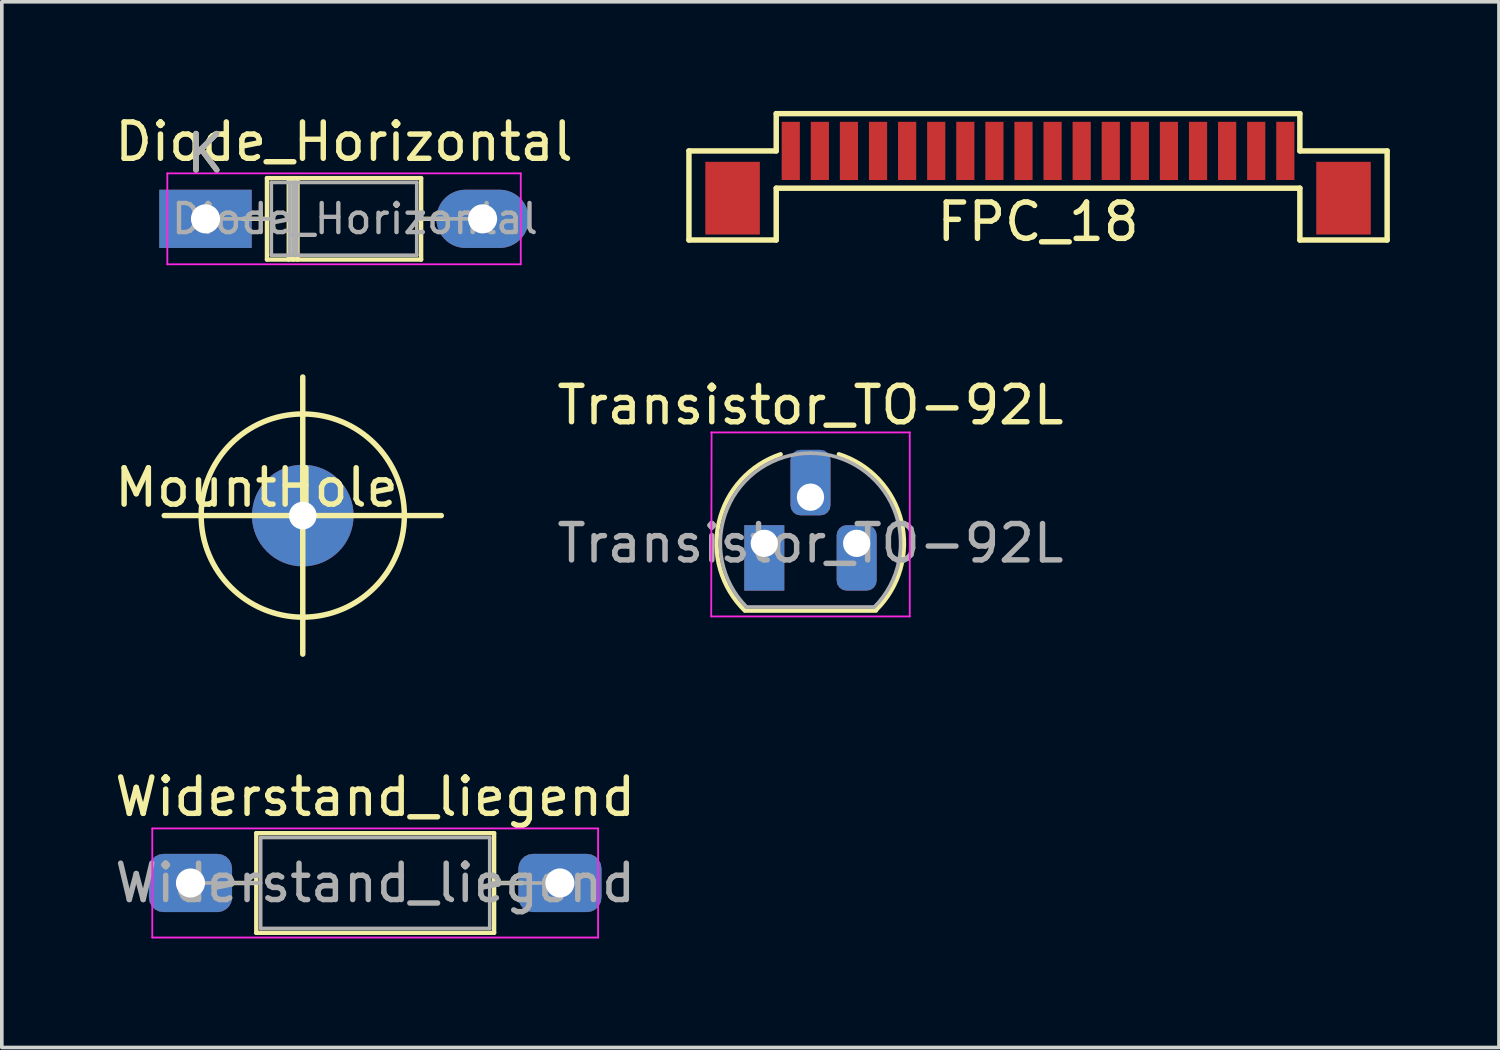
<source format=kicad_pcb>
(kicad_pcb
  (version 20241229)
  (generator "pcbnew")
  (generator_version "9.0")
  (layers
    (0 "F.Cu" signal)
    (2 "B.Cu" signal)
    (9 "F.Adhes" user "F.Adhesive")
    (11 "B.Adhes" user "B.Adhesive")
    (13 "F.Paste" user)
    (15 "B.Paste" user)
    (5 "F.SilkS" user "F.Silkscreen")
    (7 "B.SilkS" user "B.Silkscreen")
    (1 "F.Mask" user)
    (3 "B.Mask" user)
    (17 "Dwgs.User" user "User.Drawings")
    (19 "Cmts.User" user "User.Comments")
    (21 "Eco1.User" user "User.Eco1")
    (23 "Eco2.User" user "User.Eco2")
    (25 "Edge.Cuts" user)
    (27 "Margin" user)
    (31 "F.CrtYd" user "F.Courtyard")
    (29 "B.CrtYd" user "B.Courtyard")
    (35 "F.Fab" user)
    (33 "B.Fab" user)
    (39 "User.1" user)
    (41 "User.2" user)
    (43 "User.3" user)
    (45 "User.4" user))
  (footprint "Diode_Horizontal"
    (layer "F.Cu")
    (at 2.601 2.968)
    (property "Reference" "Diode_Horizontal" (at 3.81 -2.12 0) (layer "F.SilkS") (effects (font (size 1 1) (thickness 0.15))))
    (attr through_hole)
    (fp_line (start 1.04 0) (end 1.69 0) (stroke (width 0.12) (type solid)) (layer "F.SilkS"))
    (fp_line (start 1.69 -1.12) (end 1.69 1.12) (stroke (width 0.12) (type solid)) (layer "F.SilkS"))
    (fp_line (start 1.69 1.12) (end 5.93 1.12) (stroke (width 0.12) (type solid)) (layer "F.SilkS"))
    (fp_line (start 2.29 -1.12) (end 2.29 1.12) (stroke (width 0.12) (type solid)) (layer "F.SilkS"))
    (fp_line (start 2.41 -1.12) (end 2.41 1.12) (stroke (width 0.12) (type solid)) (layer "F.SilkS"))
    (fp_line (start 2.53 -1.12) (end 2.53 1.12) (stroke (width 0.12) (type solid)) (layer "F.SilkS"))
    (fp_line (start 5.93 -1.12) (end 1.69 -1.12) (stroke (width 0.12) (type solid)) (layer "F.SilkS"))
    (fp_line (start 5.93 1.12) (end 5.93 -1.12) (stroke (width 0.12) (type solid)) (layer "F.SilkS"))
    (fp_line (start 6.58 0) (end 5.93 0) (stroke (width 0.12) (type solid)) (layer "F.SilkS"))
    (fp_line (start -1.05 -1.25) (end -1.05 1.25) (stroke (width 0.05) (type solid)) (layer "F.CrtYd"))
    (fp_line (start -1.05 1.25) (end 8.67 1.25) (stroke (width 0.05) (type solid)) (layer "F.CrtYd"))
    (fp_line (start 8.67 -1.25) (end -1.05 -1.25) (stroke (width 0.05) (type solid)) (layer "F.CrtYd"))
    (fp_line (start 8.67 1.25) (end 8.67 -1.25) (stroke (width 0.05) (type solid)) (layer "F.CrtYd"))
    (fp_line (start 0 0) (end 1.81 0) (stroke (width 0.1) (type solid)) (layer "F.Fab"))
    (fp_line (start 1.81 -1) (end 1.81 1) (stroke (width 0.1) (type solid)) (layer "F.Fab"))
    (fp_line (start 1.81 1) (end 5.81 1) (stroke (width 0.1) (type solid)) (layer "F.Fab"))
    (fp_line (start 2.31 -1) (end 2.31 1) (stroke (width 0.1) (type solid)) (layer "F.Fab"))
    (fp_line (start 2.41 -1) (end 2.41 1) (stroke (width 0.1) (type solid)) (layer "F.Fab"))
    (fp_line (start 2.51 -1) (end 2.51 1) (stroke (width 0.1) (type solid)) (layer "F.Fab"))
    (fp_line (start 5.81 -1) (end 1.81 -1) (stroke (width 0.1) (type solid)) (layer "F.Fab"))
    (fp_line (start 5.81 1) (end 5.81 -1) (stroke (width 0.1) (type solid)) (layer "F.Fab"))
    (fp_line (start 7.62 0) (end 5.81 0) (stroke (width 0.1) (type solid)) (layer "F.Fab"))
    (fp_text user "K" (at 0 -1.8 0) (layer "F.SilkS") (effects (font (size 1 1) (thickness 0.15))))
    (fp_text user "${REFERENCE}" (at 4.11 0 0) (layer "F.Fab") (effects (font (size 0.8 0.8) (thickness 0.12))))
    (fp_text user "K" (at 0 -1.8 0) (layer "F.Fab") (effects (font (size 1 1) (thickness 0.15))))
    (pad "1" thru_hole rect (at 0 0) (size 2.54 1.6) (drill 0.8) (layers "*.Cu" "*.Mask"))
    (pad "2" thru_hole oval (at 7.62 0) (size 2.54 1.6) (drill 0.8) (layers "*.Cu" "*.Mask")))
  (footprint "FPC_18"
    (layer "F.Cu")
    (at 25.496 1.1)
    (property "Reference" "FPC_18" (at 0 1.95 0) (layer "F.SilkS") (effects (font (size 1 1) (thickness 0.15))))
    (attr smd)
    (fp_line (start -9.6 0) (end -7.2 0) (stroke (width 0.15) (type solid)) (layer "F.SilkS"))
    (fp_line (start -9.6 2.45) (end -9.6 0) (stroke (width 0.15) (type solid)) (layer "F.SilkS"))
    (fp_line (start -7.2 -1.025) (end 7.2 -1.025) (stroke (width 0.15) (type solid)) (layer "F.SilkS"))
    (fp_line (start -7.2 0) (end -7.2 -1.025) (stroke (width 0.15) (type solid)) (layer "F.SilkS"))
    (fp_line (start -7.2 1.025) (end -7.2 2.45) (stroke (width 0.15) (type solid)) (layer "F.SilkS"))
    (fp_line (start -7.2 1.025) (end 7.2 1.025) (stroke (width 0.15) (type solid)) (layer "F.SilkS"))
    (fp_line (start -7.2 2.45) (end -9.6 2.45) (stroke (width 0.15) (type solid)) (layer "F.SilkS"))
    (fp_line (start 7.2 0) (end 7.2 -1.025) (stroke (width 0.15) (type solid)) (layer "F.SilkS"))
    (fp_line (start 7.2 1.025) (end 7.2 2.45) (stroke (width 0.15) (type solid)) (layer "F.SilkS"))
    (fp_line (start 7.2 2.45) (end 9.6 2.45) (stroke (width 0.15) (type solid)) (layer "F.SilkS"))
    (fp_line (start 9.6 0) (end 7.2 0) (stroke (width 0.15) (type solid)) (layer "F.SilkS"))
    (fp_line (start 9.6 2.45) (end 9.6 0) (stroke (width 0.15) (type solid)) (layer "F.SilkS"))
    (pad "0" smd rect (at -8.4 1.3) (size 1.5 2) (layers "F.Cu" "F.Mask" "F.Paste"))
    (pad "0" smd rect (at 8.4 1.3) (size 1.5 2) (layers "F.Cu" "F.Mask" "F.Paste"))
    (pad "1" smd rect (at -6.8 0) (size 0.5 1.6) (layers "F.Cu" "F.Mask" "F.Paste"))
    (pad "2" smd rect (at -6 0) (size 0.5 1.6) (layers "F.Cu" "F.Mask" "F.Paste"))
    (pad "3" smd rect (at -5.2 0) (size 0.5 1.6) (layers "F.Cu" "F.Mask" "F.Paste"))
    (pad "4" smd rect (at -4.4 0) (size 0.5 1.6) (layers "F.Cu" "F.Mask" "F.Paste"))
    (pad "5" smd rect (at -3.6 0) (size 0.5 1.6) (layers "F.Cu" "F.Mask" "F.Paste"))
    (pad "6" smd rect (at -2.8 0) (size 0.5 1.6) (layers "F.Cu" "F.Mask" "F.Paste"))
    (pad "7" smd rect (at -2 0) (size 0.5 1.6) (layers "F.Cu" "F.Mask" "F.Paste"))
    (pad "8" smd rect (at -1.2 0) (size 0.5 1.6) (layers "F.Cu" "F.Mask" "F.Paste"))
    (pad "9" smd rect (at -0.4 0) (size 0.5 1.6) (layers "F.Cu" "F.Mask" "F.Paste"))
    (pad "10" smd rect (at 0.4 0) (size 0.5 1.6) (layers "F.Cu" "F.Mask" "F.Paste"))
    (pad "11" smd rect (at 1.2 0) (size 0.5 1.6) (layers "F.Cu" "F.Mask" "F.Paste"))
    (pad "12" smd rect (at 2 0) (size 0.5 1.6) (layers "F.Cu" "F.Mask" "F.Paste"))
    (pad "13" smd rect (at 2.8 0) (size 0.5 1.6) (layers "F.Cu" "F.Mask" "F.Paste"))
    (pad "14" smd rect (at 3.6 0) (size 0.5 1.6) (layers "F.Cu" "F.Mask" "F.Paste"))
    (pad "15" smd rect (at 4.4 0) (size 0.5 1.6) (layers "F.Cu" "F.Mask" "F.Paste"))
    (pad "16" smd rect (at 5.2 0) (size 0.5 1.6) (layers "F.Cu" "F.Mask" "F.Paste"))
    (pad "17" smd rect (at 6 0) (size 0.5 1.6) (layers "F.Cu" "F.Mask" "F.Paste"))
    (pad "18" smd rect (at 6.8 0) (size 0.5 1.6) (layers "F.Cu" "F.Mask" "F.Paste")))
  (footprint "MountHole"
    (layer "F.Cu")
    (at 4.006 9.858)
    (property "Reference" "MountHole" (at 0 0.5 0) (layer "F.SilkS") (effects (font (size 1 1) (thickness 0.15))))
    (attr through_hole)
    (fp_line (start 1.27 -2.54) (end 1.27 5.08) (stroke (width 0.15) (type solid)) (layer "F.SilkS"))
    (fp_line (start 5.08 1.27) (end -2.54 1.27) (stroke (width 0.15) (type solid)) (layer "F.SilkS"))
    (fp_circle (center 1.27 1.27) (end 4.064 1.27) (stroke (width 0.15) (type solid)) (fill no) (layer "F.SilkS"))
    (pad "1" thru_hole circle (at 1.27 1.27) (size 2.794 2.794) (drill 0.762) (layers "*.Cu" "*.Mask")))
  (footprint "Widerstand_liegend"
    (layer "F.Cu")
    (at 2.188 21.232)
    (property "Reference" "Widerstand_liegend" (at 5.08 -2.37 0) (layer "F.SilkS") (effects (font (size 1 1) (thickness 0.15))))
    (attr through_hole)
    (fp_line (start 1.04 0) (end 1.81 0) (stroke (width 0.12) (type solid)) (layer "F.SilkS"))
    (fp_line (start 1.81 -1.37) (end 1.81 1.37) (stroke (width 0.12) (type solid)) (layer "F.SilkS"))
    (fp_line (start 1.81 1.37) (end 8.35 1.37) (stroke (width 0.12) (type solid)) (layer "F.SilkS"))
    (fp_line (start 8.35 -1.37) (end 1.81 -1.37) (stroke (width 0.12) (type solid)) (layer "F.SilkS"))
    (fp_line (start 8.35 1.37) (end 8.35 -1.37) (stroke (width 0.12) (type solid)) (layer "F.SilkS"))
    (fp_line (start 9.12 0) (end 8.35 0) (stroke (width 0.12) (type solid)) (layer "F.SilkS"))
    (fp_line (start -1.05 -1.5) (end -1.05 1.5) (stroke (width 0.05) (type solid)) (layer "F.CrtYd"))
    (fp_line (start -1.05 1.5) (end 11.21 1.5) (stroke (width 0.05) (type solid)) (layer "F.CrtYd"))
    (fp_line (start 11.21 -1.5) (end -1.05 -1.5) (stroke (width 0.05) (type solid)) (layer "F.CrtYd"))
    (fp_line (start 11.21 1.5) (end 11.21 -1.5) (stroke (width 0.05) (type solid)) (layer "F.CrtYd"))
    (fp_line (start 0 0) (end 1.93 0) (stroke (width 0.1) (type solid)) (layer "F.Fab"))
    (fp_line (start 1.93 -1.25) (end 1.93 1.25) (stroke (width 0.1) (type solid)) (layer "F.Fab"))
    (fp_line (start 1.93 1.25) (end 8.23 1.25) (stroke (width 0.1) (type solid)) (layer "F.Fab"))
    (fp_line (start 8.23 -1.25) (end 1.93 -1.25) (stroke (width 0.1) (type solid)) (layer "F.Fab"))
    (fp_line (start 8.23 1.25) (end 8.23 -1.25) (stroke (width 0.1) (type solid)) (layer "F.Fab"))
    (fp_line (start 10.16 0) (end 8.23 0) (stroke (width 0.1) (type solid)) (layer "F.Fab"))
    (fp_text user "${REFERENCE}" (at 5.08 0 0) (layer "F.Fab") (effects (font (size 1 1) (thickness 0.15))))
    (pad "1" thru_hole roundrect (at 0 0) (size 2.286 1.6) (drill 0.8) (layers "*.Cu" "*.Mask") (roundrect_rratio 0.25))
    (pad "2" thru_hole roundrect (at 10.16 0) (size 2.286 1.6) (drill 0.8) (layers "*.Cu" "*.Mask") (roundrect_rratio 0.25)))
  (footprint "Transistor_TO-92L"
    (layer "F.Cu")
    (at 17.968 11.892)
    (property "Reference" "Transistor_TO-92L" (at 1.27 -3.8 0) (layer "F.SilkS") (effects (font (size 1 1) (thickness 0.15))))
    (attr through_hole)
    (fp_line (start -0.53 1.85) (end 3.07 1.85) (stroke (width 0.12) (type solid)) (layer "F.SilkS"))
    (fp_arc (start -0.541453 1.842156) (mid -1.247298 -0.581475) (end 0.45 -2.45) (stroke (width 0.12) (type solid)) (layer "F.SilkS"))
    (fp_arc (start 2.05 -2.45) (mid 3.769931 -0.601036) (end 3.078445 1.827684) (stroke (width 0.12) (type solid)) (layer "F.SilkS"))
    (fp_line (start -1.46 -3.05) (end 4 -3.05) (stroke (width 0.05) (type solid)) (layer "F.CrtYd"))
    (fp_line (start -1.45 -3.05) (end -1.46 2.01) (stroke (width 0.05) (type solid)) (layer "F.CrtYd"))
    (fp_line (start 4 2.01) (end -1.46 2.01) (stroke (width 0.05) (type solid)) (layer "F.CrtYd"))
    (fp_line (start 4 2.01) (end 4 -3.05) (stroke (width 0.05) (type solid)) (layer "F.CrtYd"))
    (fp_line (start -0.5 1.75) (end 3 1.75) (stroke (width 0.1) (type solid)) (layer "F.Fab"))
    (fp_arc (start -0.483625 1.753625) (mid -1.021221 -0.949055) (end 1.27 -2.48) (stroke (width 0.1) (type solid)) (layer "F.Fab"))
    (fp_arc (start 1.27 -2.48) (mid 3.561221 -0.949055) (end 3.023625 1.753625) (stroke (width 0.1) (type solid)) (layer "F.Fab"))
    (fp_text user "${REFERENCE}" (at 1.27 0 0) (layer "F.Fab") (effects (font (size 1 1) (thickness 0.15))))
    (pad "1" thru_hole rect (at 0 0) (size 1.1 1.8) (drill 0.75 (offset 0 0.4)) (layers "*.Cu" "*.Mask"))
    (pad "2" thru_hole roundrect (at 1.27 -1.27) (size 1.1 1.8) (drill 0.75 (offset 0 -0.4)) (layers "*.Cu" "*.Mask") (roundrect_rratio 0.25))
    (pad "3" thru_hole roundrect (at 2.54 0) (size 1.1 1.8) (drill 0.75 (offset 0 0.4)) (layers "*.Cu" "*.Mask") (roundrect_rratio 0.25)))
  (gr_rect
    (start -3 -3)
    (end 38.171 25.756)
    (stroke (width 0.1) (type default))
    (fill no)
    (layer "Edge.Cuts")))
</source>
